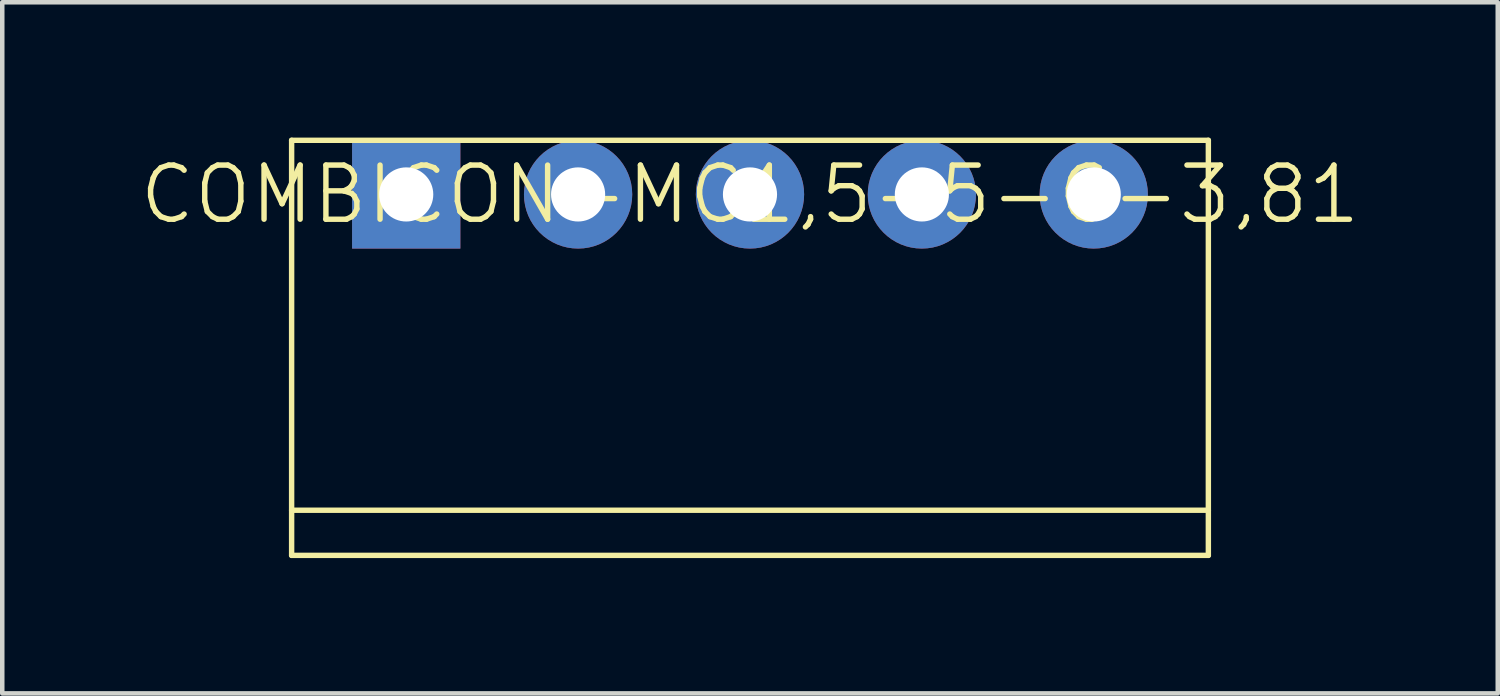
<source format=kicad_pcb>
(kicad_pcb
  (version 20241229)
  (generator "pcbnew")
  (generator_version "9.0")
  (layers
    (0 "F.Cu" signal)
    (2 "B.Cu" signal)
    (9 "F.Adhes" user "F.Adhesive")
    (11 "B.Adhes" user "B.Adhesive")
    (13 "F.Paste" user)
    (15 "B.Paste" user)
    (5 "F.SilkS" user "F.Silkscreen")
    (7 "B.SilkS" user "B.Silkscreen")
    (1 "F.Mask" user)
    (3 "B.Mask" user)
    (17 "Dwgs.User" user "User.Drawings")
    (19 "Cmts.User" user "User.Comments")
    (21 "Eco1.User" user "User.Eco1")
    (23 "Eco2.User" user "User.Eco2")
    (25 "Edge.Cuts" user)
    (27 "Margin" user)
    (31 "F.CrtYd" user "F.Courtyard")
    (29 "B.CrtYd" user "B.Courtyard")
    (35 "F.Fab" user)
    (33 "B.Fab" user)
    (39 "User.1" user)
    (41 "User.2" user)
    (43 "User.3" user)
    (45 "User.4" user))
  (footprint "COMBICON-MC1,5-5-G-3,81"
    (layer "F.Cu")
    (at 13.574 1.26)
    (property "Reference" "COMBICON-MC1,5-5-G-3,81" (at 0 0 0) (layer "F.SilkS") (effects (font (size 1.2 1.2) (thickness 0.12))))
    (attr through_hole)
    (fp_line (start -10.16 -1.2) (end -10.16 8) (stroke (width 0.12) (type solid)) (layer "F.SilkS"))
    (fp_line (start -10.16 7) (end 10.16 7) (stroke (width 0.12) (type solid)) (layer "F.SilkS"))
    (fp_line (start -10.16 8) (end 10.16 8) (stroke (width 0.12) (type solid)) (layer "F.SilkS"))
    (fp_line (start 10.16 -1.2) (end -10.16 -1.2) (stroke (width 0.12) (type solid)) (layer "F.SilkS"))
    (fp_line (start 10.16 8) (end 10.16 -1.2) (stroke (width 0.12) (type solid)) (layer "F.SilkS"))
    (pad "1" thru_hole rect (at -7.62 0) (size 2.4 2.4) (drill 1.2) (layers "*.Cu" "*.Mask"))
    (pad "2" thru_hole circle (at -3.81 0) (size 2.4 2.4) (drill 1.2) (layers "*.Cu" "*.Mask"))
    (pad "3" thru_hole circle (at 0 0) (size 2.4 2.4) (drill 1.2) (layers "*.Cu" "*.Mask"))
    (pad "4" thru_hole circle (at 3.81 0) (size 2.4 2.4) (drill 1.2) (layers "*.Cu" "*.Mask"))
    (pad "5" thru_hole circle (at 7.62 0) (size 2.4 2.4) (drill 1.2) (layers "*.Cu" "*.Mask")))
  (gr_rect
    (start -3 -3)
    (end 30.149 12.32)
    (stroke (width 0.1) (type default))
    (fill no)
    (layer "Edge.Cuts")))
</source>
